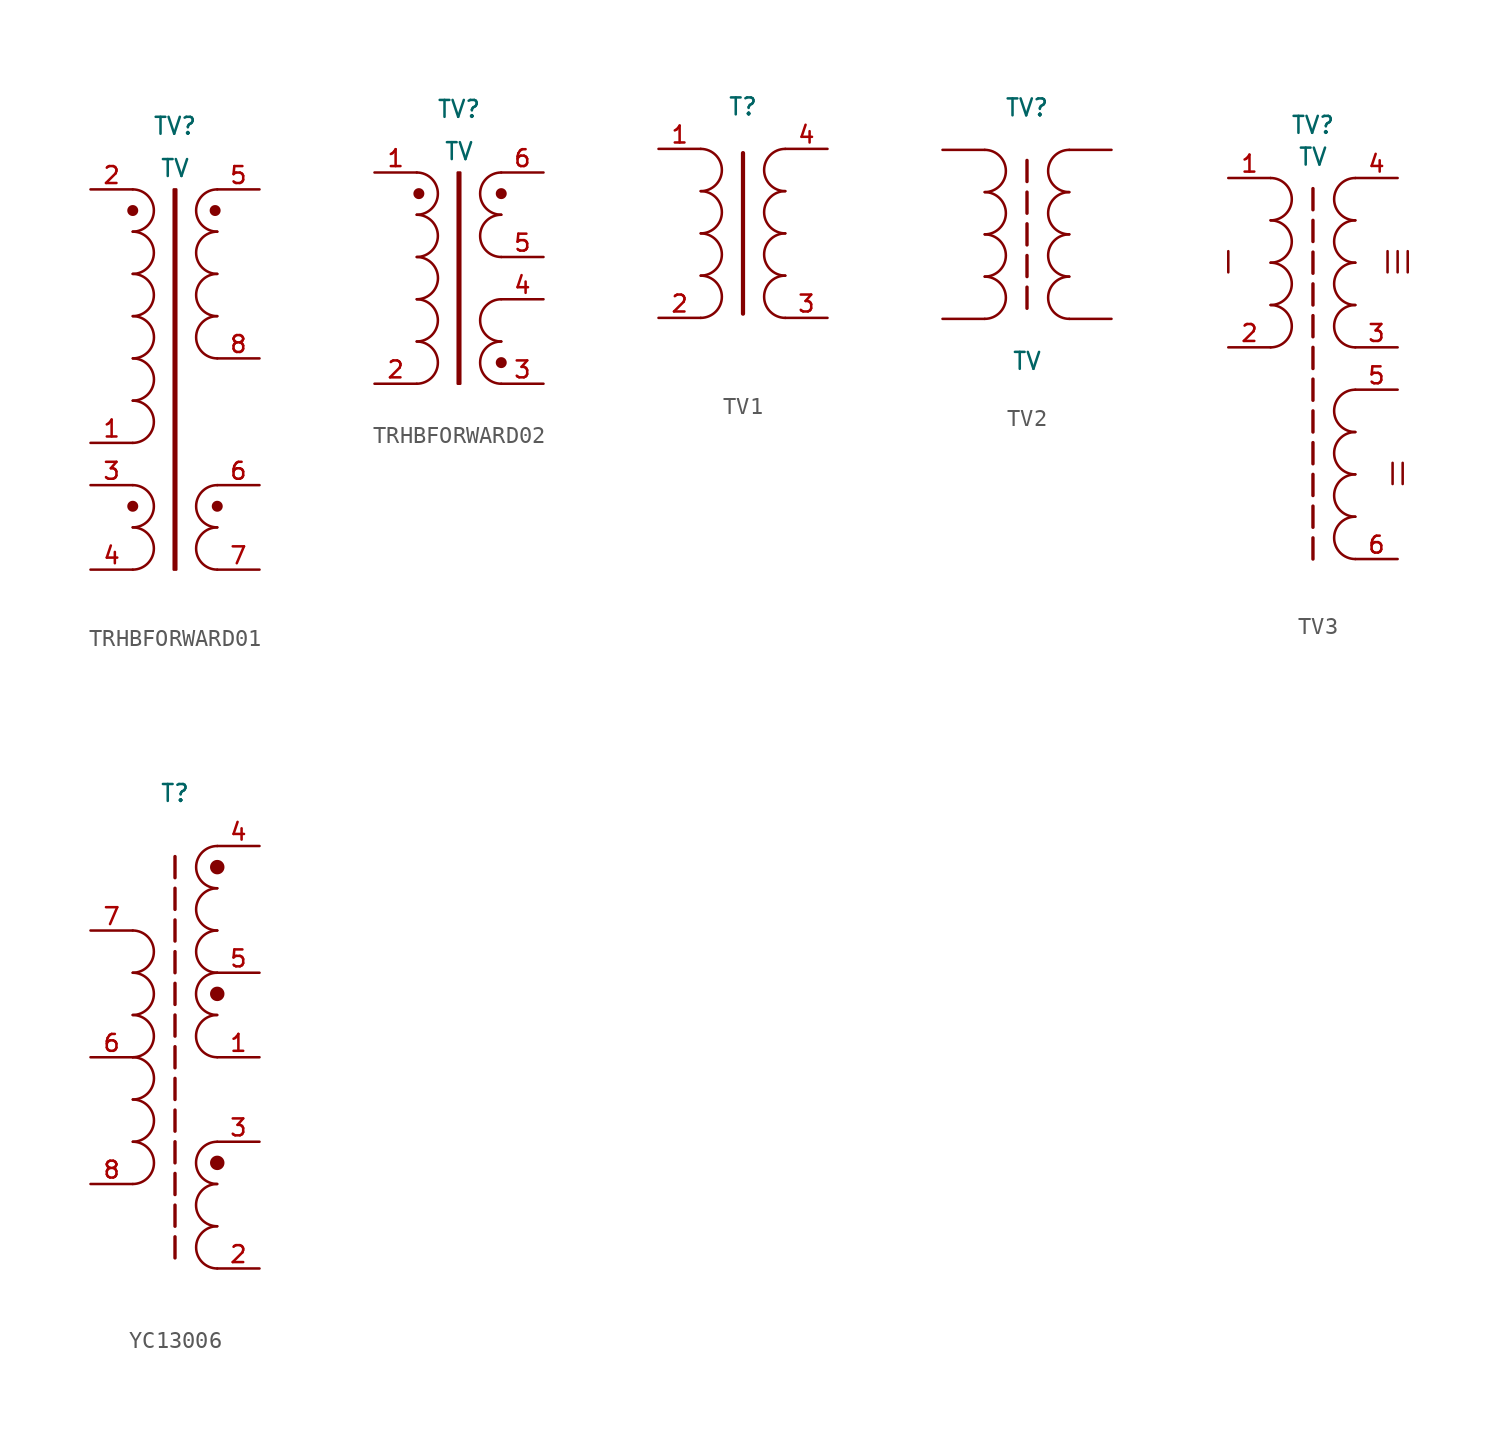
<source format=kicad_sym>
(kicad_symbol_lib
  (version 20231120)
  (generator "kicad_symbol_editor")
  (generator_version "8.0")
  (symbol "TRHBFORWARD01"
    (pin_names
      (offset 0) hide)
    (property "Reference" "TV"
      (at 0 8.89 0)
      (effects (font (size 1.016 1.016))))
    (property "Value" "TV"
      (at 0 6.35 0)
      (effects (font (size 1.016 1.016))))
    (property "Footprint" ""
      (at -2.54 0 90)
      (effects (font (size 1.778 1.778))))
    (property "Datasheet" ""
      (at -2.54 0 90)
      (effects (font (size 1.778 1.778))))
    (symbol "TRHBFORWARD01_0_1"
      (rectangle (start -0.076 5.08) (end 0.076 -17.78) (stroke (width 0) (type default)) (fill (type none))))
    (symbol "TRHBFORWARD01_1_1"
      (arc (start -2.54 -17.78) (mid -1.2755 -16.51) (end -2.54 -15.24) (stroke (width 0) (type default)) (fill (type none)))
      (arc (start -2.54 -15.24) (mid -1.2755 -13.97) (end -2.54 -12.7) (stroke (width 0) (type default)) (fill (type none)))
      (circle (center -2.54 -13.97) (radius 0.254) (stroke (width 0) (type default)) (fill (type outline)))
      (arc (start -2.54 -10.16) (mid -1.2755 -8.89) (end -2.54 -7.62) (stroke (width 0) (type default)) (fill (type none)))
      (arc (start -2.54 -2.54) (mid -1.2755 -1.27) (end -2.54 0) (stroke (width 0) (type default)) (fill (type none)))
      (arc (start -2.54 0) (mid -1.2755 1.27) (end -2.54 2.54) (stroke (width 0) (type default)) (fill (type none)))
      (arc (start -2.54 2.54) (mid -1.2755 3.81) (end -2.54 5.08) (stroke (width 0) (type default)) (fill (type none)))
      (circle (center -2.54 3.81) (radius 0.254) (stroke (width 0) (type default)) (fill (type outline)))
      (arc (start -2.5345 -7.62) (mid -1.27 -6.35) (end -2.5345 -5.08) (stroke (width 0) (type default)) (fill (type none)))
      (arc (start -2.5345 -5.08) (mid -1.27 -3.81) (end -2.5345 -2.54) (stroke (width 0) (type default)) (fill (type none)))
      (circle (center 2.413 3.81) (radius 0.254) (stroke (width 0) (type default)) (fill (type outline)))
      (arc (start 2.54 -15.24) (mid 1.2755 -16.51) (end 2.54 -17.78) (stroke (width 0) (type default)) (fill (type none)))
      (circle (center 2.54 -13.97) (radius 0.254) (stroke (width 0) (type default)) (fill (type outline)))
      (arc (start 2.54 -12.7) (mid 1.2755 -13.97) (end 2.54 -15.24) (stroke (width 0) (type default)) (fill (type none)))
      (arc (start 2.54 -2.54) (mid 1.2755 -3.81) (end 2.54 -5.08) (stroke (width 0) (type default)) (fill (type none)))
      (arc (start 2.54 0) (mid 1.2755 -1.27) (end 2.54 -2.54) (stroke (width 0) (type default)) (fill (type none)))
      (arc (start 2.54 2.54) (mid 1.2755 1.27) (end 2.54 0) (stroke (width 0) (type default)) (fill (type none)))
      (arc (start 2.54 5.08) (mid 1.2755 3.81) (end 2.54 2.54) (stroke (width 0) (type default)) (fill (type none)))
      (pin passive line (at -5.08 -10.16 0) (length 2.54) (name "~" (effects (font (size 1.016 1.016)))) (number "1" (effects (font (size 1.016 1.016)))))
      (pin passive line (at -5.08 5.08 0) (length 2.54) (name "~" (effects (font (size 1.016 1.016)))) (number "2" (effects (font (size 1.016 1.016)))))
      (pin passive line (at -5.08 -12.7 0) (length 2.54) (name "~" (effects (font (size 1.016 1.016)))) (number "3" (effects (font (size 1.016 1.016)))))
      (pin passive line (at -5.08 -17.78 0) (length 2.54) (name "~" (effects (font (size 1.016 1.016)))) (number "4" (effects (font (size 1.016 1.016)))))
      (pin passive line (at 5.08 5.08 180) (length 2.54) (name "~" (effects (font (size 1.016 1.016)))) (number "5" (effects (font (size 1.016 1.016)))))
      (pin passive line (at 5.08 -12.7 180) (length 2.54) (name "~" (effects (font (size 1.016 1.016)))) (number "6" (effects (font (size 1.016 1.016)))))
      (pin passive line (at 5.08 -17.78 180) (length 2.54) (name "~" (effects (font (size 1.016 1.016)))) (number "7" (effects (font (size 1.016 1.016)))))
      (pin passive line (at 5.08 -5.08 180) (length 2.54) (name "~" (effects (font (size 1.016 1.016)))) (number "8" (effects (font (size 1.016 1.016)))))))
  (symbol "TRHBFORWARD02"
    (pin_names
      (offset 0) hide)
    (property "Reference" "TV"
      (at 0 8.89 0)
      (effects (font (size 1.016 1.016))))
    (property "Value" "TV"
      (at 0 6.35 0)
      (effects (font (size 1.016 1.016))))
    (property "Footprint" ""
      (at -2.54 -2.54 90)
      (effects (font (size 1.778 1.778))))
    (property "Datasheet" ""
      (at -2.54 -2.54 90)
      (effects (font (size 1.778 1.778))))
    (symbol "TRHBFORWARD02_0_1"
      (rectangle (start -0.076 5.08) (end 0.076 -7.62) (stroke (width 0) (type default)) (fill (type none))))
    (symbol "TRHBFORWARD02_1_1"
      (arc (start -2.54 -7.62) (mid -1.2755 -6.35) (end -2.54 -5.08) (stroke (width 0) (type default)) (fill (type none)))
      (arc (start -2.54 -5.08) (mid -1.2755 -3.81) (end -2.54 -2.54) (stroke (width 0) (type default)) (fill (type none)))
      (arc (start -2.54 0) (mid -1.2755 1.27) (end -2.54 2.54) (stroke (width 0) (type default)) (fill (type none)))
      (arc (start -2.54 2.54) (mid -1.2755 3.81) (end -2.54 5.08) (stroke (width 0) (type default)) (fill (type none)))
      (arc (start -2.5345 -2.54) (mid -1.27 -1.27) (end -2.5345 0) (stroke (width 0) (type default)) (fill (type none)))
      (circle (center -2.413 3.81) (radius 0.254) (stroke (width 0) (type default)) (fill (type outline)))
      (circle (center 2.54 -6.35) (radius 0.254) (stroke (width 0) (type default)) (fill (type outline)))
      (arc (start 2.54 -5.08) (mid 1.2755 -6.35) (end 2.54 -7.62) (stroke (width 0) (type default)) (fill (type none)))
      (arc (start 2.54 -2.54) (mid 1.2755 -3.81) (end 2.54 -5.08) (stroke (width 0) (type default)) (fill (type none)))
      (arc (start 2.54 2.54) (mid 1.2755 1.27) (end 2.54 0) (stroke (width 0) (type default)) (fill (type none)))
      (circle (center 2.54 3.81) (radius 0.254) (stroke (width 0) (type default)) (fill (type outline)))
      (arc (start 2.54 5.08) (mid 1.2755 3.81) (end 2.54 2.54) (stroke (width 0) (type default)) (fill (type none)))
      (pin passive line (at -5.08 5.08 0) (length 2.54) (name "~" (effects (font (size 1.016 1.016)))) (number "1" (effects (font (size 1.016 1.016)))))
      (pin passive line (at -5.08 -7.62 0) (length 2.54) (name "~" (effects (font (size 1.016 1.016)))) (number "2" (effects (font (size 1.016 1.016)))))
      (pin passive line (at 5.08 -7.62 180) (length 2.54) (name "~" (effects (font (size 1.016 1.016)))) (number "3" (effects (font (size 1.016 1.016)))))
      (pin passive line (at 5.08 -2.54 180) (length 2.54) (name "~" (effects (font (size 1.016 1.016)))) (number "4" (effects (font (size 1.016 1.016)))))
      (pin passive line (at 5.08 0 180) (length 2.54) (name "~" (effects (font (size 1.016 1.016)))) (number "5" (effects (font (size 1.016 1.016)))))
      (pin passive line (at 5.08 5.08 180) (length 2.54) (name "~" (effects (font (size 1.016 1.016)))) (number "6" (effects (font (size 1.016 1.016)))))))
  (symbol "TV1"
    (pin_names
      (offset 0))
    (property "Reference" "T"
      (at 0 7.62 0)
      (effects (font (size 1.016 1.016))))
    (property "Value" ""
      (at 0 -7.62 0)
      (effects (font (size 1.016 1.016))))
    (property "Footprint" ""
      (at -2.54 0 90)
      (effects (font (size 1.778 1.778))))
    (property "Datasheet" ""
      (at -2.54 0 90)
      (effects (font (size 1.778 1.778))))
    (symbol "TV1_1_1"
      (arc (start -2.54 -5.08) (mid -1.2755 -3.81) (end -2.54 -2.54) (stroke (width 0) (type default)) (fill (type none)))
      (arc (start -2.54 -2.54) (mid -1.2755 -1.27) (end -2.54 0) (stroke (width 0) (type default)) (fill (type none)))
      (arc (start -2.54 0) (mid -1.2755 1.27) (end -2.54 2.54) (stroke (width 0) (type default)) (fill (type none)))
      (arc (start -2.54 2.54) (mid -1.2755 3.81) (end -2.54 5.08) (stroke (width 0) (type default)) (fill (type none)))
      (polyline (pts (xy 0 -4.826) (xy 0 4.826)) (stroke (width 0.254) (type default)) (fill (type none)))
      (arc (start 2.54 -2.54) (mid 1.2755 -3.81) (end 2.54 -5.08) (stroke (width 0) (type default)) (fill (type none)))
      (arc (start 2.54 0) (mid 1.2755 -1.27) (end 2.54 -2.54) (stroke (width 0) (type default)) (fill (type none)))
      (arc (start 2.54 2.54) (mid 1.2755 1.27) (end 2.54 0) (stroke (width 0) (type default)) (fill (type none)))
      (arc (start 2.54 5.08) (mid 1.2755 3.81) (end 2.54 2.54) (stroke (width 0) (type default)) (fill (type none)))
      (pin passive line (at -5.08 5.08 0) (length 2.54) (name "~" (effects (font (size 1.016 1.016)))) (number "1" (effects (font (size 1.016 1.016)))))
      (pin passive line (at -5.08 -5.08 0) (length 2.54) (name "~" (effects (font (size 1.016 1.016)))) (number "2" (effects (font (size 1.016 1.016)))))
      (pin passive line (at 5.08 -5.08 180) (length 2.54) (name "~" (effects (font (size 1.016 1.016)))) (number "3" (effects (font (size 1.016 1.016)))))
      (pin passive line (at 5.08 5.08 180) (length 2.54) (name "~" (effects (font (size 1.016 1.016)))) (number "4" (effects (font (size 1.016 1.016)))))))
  (symbol "TV2"
    (pin_numbers hide)
    (pin_names
      (offset 0) hide)
    (property "Reference" "TV"
      (at 0 7.62 0)
      (effects (font (size 1.016 1.016))))
    (property "Value" "TV"
      (at 0 -7.62 0)
      (effects (font (size 1.016 1.016))))
    (property "Footprint" ""
      (at -2.54 0 90)
      (effects (font (size 1.778 1.778))))
    (property "Datasheet" ""
      (at -2.54 0 90)
      (effects (font (size 1.778 1.778))))
    (symbol "TV2_1_1"
      (arc (start -2.54 -5.08) (mid -1.2755 -3.81) (end -2.54 -2.54) (stroke (width 0) (type default)) (fill (type none)))
      (arc (start -2.54 -2.54) (mid -1.2755 -1.27) (end -2.54 0) (stroke (width 0) (type default)) (fill (type none)))
      (arc (start -2.54 0) (mid -1.2755 1.27) (end -2.54 2.54) (stroke (width 0) (type default)) (fill (type none)))
      (arc (start -2.54 2.54) (mid -1.2755 3.81) (end -2.54 5.08) (stroke (width 0) (type default)) (fill (type none)))
      (polyline (pts (xy 0 -3.175) (xy 0 -4.445)) (stroke (width 0.203) (type default)) (fill (type none)))
      (polyline (pts (xy 0 -1.27) (xy 0 -2.54)) (stroke (width 0.203) (type default)) (fill (type none)))
      (polyline (pts (xy 0 0.635) (xy 0 -0.635)) (stroke (width 0.203) (type default)) (fill (type none)))
      (polyline (pts (xy 0 2.54) (xy 0 1.27)) (stroke (width 0.203) (type default)) (fill (type none)))
      (polyline (pts (xy 0 4.445) (xy 0 3.175)) (stroke (width 0.203) (type default)) (fill (type none)))
      (arc (start 2.54 -2.54) (mid 1.2755 -3.81) (end 2.54 -5.08) (stroke (width 0) (type default)) (fill (type none)))
      (arc (start 2.54 0) (mid 1.2755 -1.27) (end 2.54 -2.54) (stroke (width 0) (type default)) (fill (type none)))
      (arc (start 2.54 2.54) (mid 1.2755 1.27) (end 2.54 0) (stroke (width 0) (type default)) (fill (type none)))
      (arc (start 2.54 5.08) (mid 1.2755 3.81) (end 2.54 2.54) (stroke (width 0) (type default)) (fill (type none)))
      (pin passive line (at -5.08 5.08 0) (length 2.54) (name "~" (effects (font (size 1.016 1.016)))) (number "1" (effects (font (size 1.016 1.016)))))
      (pin passive line (at -5.08 -5.08 0) (length 2.54) (name "~" (effects (font (size 1.016 1.016)))) (number "2" (effects (font (size 1.016 1.016)))))
      (pin passive line (at 5.08 -5.08 180) (length 2.54) (name "~" (effects (font (size 1.016 1.016)))) (number "3" (effects (font (size 1.016 1.016)))))
      (pin passive line (at 5.08 5.08 180) (length 2.54) (name "~" (effects (font (size 1.016 1.016)))) (number "4" (effects (font (size 1.016 1.016)))))))
  (symbol "TV3"
    (pin_names
      (offset 0))
    (property "Reference" "TV"
      (at 0 8.255 0)
      (effects (font (size 1.016 1.016))))
    (property "Value" "TV"
      (at 0 6.35 0)
      (effects (font (size 1.016 1.016))))
    (property "Footprint" ""
      (at -2.54 0 90)
      (effects (font (size 1.778 1.778))))
    (property "Datasheet" ""
      (at -2.54 0 90)
      (effects (font (size 1.778 1.778))))
    (symbol "TV3_1_1"
      (arc (start -2.54 -5.08) (mid -1.2755 -3.81) (end -2.54 -2.54) (stroke (width 0) (type default)) (fill (type none)))
      (arc (start -2.54 -2.54) (mid -1.2755 -1.27) (end -2.54 0) (stroke (width 0) (type default)) (fill (type none)))
      (arc (start -2.54 0) (mid -1.2755 1.27) (end -2.54 2.54) (stroke (width 0) (type default)) (fill (type none)))
      (arc (start -2.54 2.54) (mid -1.2755 3.81) (end -2.54 5.08) (stroke (width 0) (type default)) (fill (type none)))
      (polyline (pts (xy 0 -16.51) (xy 0 -17.78)) (stroke (width 0.203) (type default)) (fill (type none)))
      (polyline (pts (xy 0 -14.605) (xy 0 -15.875)) (stroke (width 0.203) (type default)) (fill (type none)))
      (polyline (pts (xy 0 -12.7) (xy 0 -13.97)) (stroke (width 0.203) (type default)) (fill (type none)))
      (polyline (pts (xy 0 -10.795) (xy 0 -12.065)) (stroke (width 0.203) (type default)) (fill (type none)))
      (polyline (pts (xy 0 -8.89) (xy 0 -10.16)) (stroke (width 0.203) (type default)) (fill (type none)))
      (polyline (pts (xy 0 -6.985) (xy 0 -8.255)) (stroke (width 0.203) (type default)) (fill (type none)))
      (polyline (pts (xy 0 -5.08) (xy 0 -6.35)) (stroke (width 0.203) (type default)) (fill (type none)))
      (polyline (pts (xy 0 -3.175) (xy 0 -4.445)) (stroke (width 0.203) (type default)) (fill (type none)))
      (polyline (pts (xy 0 -1.27) (xy 0 -2.54)) (stroke (width 0.203) (type default)) (fill (type none)))
      (polyline (pts (xy 0 0.635) (xy 0 -0.635)) (stroke (width 0.203) (type default)) (fill (type none)))
      (polyline (pts (xy 0 2.54) (xy 0 1.27)) (stroke (width 0.203) (type default)) (fill (type none)))
      (polyline (pts (xy 0 4.445) (xy 0 3.175)) (stroke (width 0.203) (type default)) (fill (type none)))
      (arc (start 2.54 -15.24) (mid 1.2755 -16.51) (end 2.54 -17.78) (stroke (width 0) (type default)) (fill (type none)))
      (arc (start 2.54 -12.7) (mid 1.2755 -13.97) (end 2.54 -15.24) (stroke (width 0) (type default)) (fill (type none)))
      (arc (start 2.54 -10.16) (mid 1.2755 -11.43) (end 2.54 -12.7) (stroke (width 0) (type default)) (fill (type none)))
      (arc (start 2.54 -7.62) (mid 1.2755 -8.89) (end 2.54 -10.16) (stroke (width 0) (type default)) (fill (type none)))
      (arc (start 2.54 -2.54) (mid 1.2755 -3.81) (end 2.54 -5.08) (stroke (width 0) (type default)) (fill (type none)))
      (arc (start 2.54 0) (mid 1.2755 -1.27) (end 2.54 -2.54) (stroke (width 0) (type default)) (fill (type none)))
      (arc (start 2.54 2.54) (mid 1.2755 1.27) (end 2.54 0) (stroke (width 0) (type default)) (fill (type none)))
      (arc (start 2.54 5.08) (mid 1.2755 3.81) (end 2.54 2.54) (stroke (width 0) (type default)) (fill (type none)))
      (text "I" (at -5.08 0 0) (effects (font (size 1.27 1.27))))
      (text "II" (at 5.08 -12.7 0) (effects (font (size 1.27 1.27))))
      (text "III" (at 5.08 0 0) (effects (font (size 1.27 1.27))))
      (pin passive line (at -5.08 5.08 0) (length 2.54) (name "~" (effects (font (size 1.016 1.016)))) (number "1" (effects (font (size 1.016 1.016)))))
      (pin passive line (at -5.08 -5.08 0) (length 2.54) (name "~" (effects (font (size 1.016 1.016)))) (number "2" (effects (font (size 1.016 1.016)))))
      (pin passive line (at 5.08 -5.08 180) (length 2.54) (name "~" (effects (font (size 1.016 1.016)))) (number "3" (effects (font (size 1.016 1.016)))))
      (pin passive line (at 5.08 5.08 180) (length 2.54) (name "~" (effects (font (size 1.016 1.016)))) (number "4" (effects (font (size 1.016 1.016)))))
      (pin passive line (at 5.08 -7.62 180) (length 2.54) (name "~" (effects (font (size 1.016 1.016)))) (number "5" (effects (font (size 1.016 1.016)))))
      (pin passive line (at 5.08 -17.78 180) (length 2.54) (name "~" (effects (font (size 1.016 1.016)))) (number "6" (effects (font (size 1.016 1.016)))))))
  (symbol "YC13006"
    (pin_names
      (offset 0))
    (property "Reference" "T"
      (at 0 15.875 0)
      (effects (font (size 1.016 1.016))))
    (symbol "YC13006_1_1"
      (arc (start -2.54 0) (mid -1.2755 1.27) (end -2.54 2.54) (stroke (width 0) (type default)) (fill (type none)))
      (arc (start -2.54 2.54) (mid -1.2755 3.81) (end -2.54 5.08) (stroke (width 0) (type default)) (fill (type none)))
      (arc (start -2.54 5.08) (mid -1.2755 6.35) (end -2.54 7.62) (stroke (width 0) (type default)) (fill (type none)))
      (arc (start -2.5345 -7.62) (mid -1.27 -6.35) (end -2.5345 -5.08) (stroke (width 0) (type default)) (fill (type none)))
      (arc (start -2.5345 -5.08) (mid -1.27 -3.81) (end -2.5345 -2.54) (stroke (width 0) (type default)) (fill (type none)))
      (arc (start -2.5345 -2.54) (mid -1.27 -1.27) (end -2.5345 0) (stroke (width 0) (type default)) (fill (type none)))
      (polyline (pts (xy 0 -10.795) (xy 0 -12.065)) (stroke (width 0.203) (type default)) (fill (type none)))
      (polyline (pts (xy 0 -8.89) (xy 0 -10.16)) (stroke (width 0.203) (type default)) (fill (type none)))
      (polyline (pts (xy 0 -6.985) (xy 0 -8.255)) (stroke (width 0.203) (type default)) (fill (type none)))
      (polyline (pts (xy 0 -5.08) (xy 0 -6.35)) (stroke (width 0.203) (type default)) (fill (type none)))
      (polyline (pts (xy 0 -3.175) (xy 0 -4.445)) (stroke (width 0.203) (type default)) (fill (type none)))
      (polyline (pts (xy 0 -1.27) (xy 0 -2.54)) (stroke (width 0.203) (type default)) (fill (type none)))
      (polyline (pts (xy 0 0.635) (xy 0 -0.635)) (stroke (width 0.203) (type default)) (fill (type none)))
      (polyline (pts (xy 0 2.54) (xy 0 1.27)) (stroke (width 0.203) (type default)) (fill (type none)))
      (polyline (pts (xy 0 4.445) (xy 0 3.175)) (stroke (width 0.203) (type default)) (fill (type none)))
      (polyline (pts (xy 0 6.35) (xy 0 5.08)) (stroke (width 0.203) (type default)) (fill (type none)))
      (polyline (pts (xy 0 8.255) (xy 0 6.985)) (stroke (width 0.203) (type default)) (fill (type none)))
      (polyline (pts (xy 0 10.16) (xy 0 8.89)) (stroke (width 0.203) (type default)) (fill (type none)))
      (polyline (pts (xy 0 12.065) (xy 0 10.795)) (stroke (width 0.203) (type default)) (fill (type none)))
      (arc (start 2.5345 -7.62) (mid 1.27 -8.89) (end 2.5345 -10.16) (stroke (width 0) (type default)) (fill (type none)))
      (arc (start 2.5345 -5.08) (mid 1.27 -6.35) (end 2.5345 -7.62) (stroke (width 0) (type default)) (fill (type none)))
      (arc (start 2.5345 2.54) (mid 1.27 1.27) (end 2.5345 0) (stroke (width 0) (type default)) (fill (type none)))
      (arc (start 2.5345 5.08) (mid 1.27 3.81) (end 2.5345 2.54) (stroke (width 0) (type default)) (fill (type none)))
      (arc (start 2.54 -10.16) (mid 1.2755 -11.43) (end 2.54 -12.7) (stroke (width 0) (type default)) (fill (type none)))
      (circle (center 2.54 -6.35) (radius 0.359) (stroke (width 0) (type default)) (fill (type outline)))
      (circle (center 2.54 3.81) (radius 0.359) (stroke (width 0) (type default)) (fill (type outline)))
      (arc (start 2.54 7.62) (mid 1.2755 6.35) (end 2.54 5.08) (stroke (width 0) (type default)) (fill (type none)))
      (arc (start 2.54 10.16) (mid 1.2755 8.89) (end 2.54 7.62) (stroke (width 0) (type default)) (fill (type none)))
      (circle (center 2.54 11.43) (radius 0.359) (stroke (width 0) (type default)) (fill (type outline)))
      (arc (start 2.54 12.7) (mid 1.2755 11.43) (end 2.54 10.16) (stroke (width 0) (type default)) (fill (type none)))
      (pin passive line (at 5.08 0 180) (length 2.54) (name "~" (effects (font (size 1.016 1.016)))) (number "1" (effects (font (size 1.016 1.016)))))
      (pin passive line (at 5.08 -12.7 180) (length 2.54) (name "~" (effects (font (size 1.016 1.016)))) (number "2" (effects (font (size 1.016 1.016)))))
      (pin passive line (at 5.08 -5.08 180) (length 2.54) (name "~" (effects (font (size 1.016 1.016)))) (number "3" (effects (font (size 1.016 1.016)))))
      (pin passive line (at 5.08 12.7 180) (length 2.54) (name "~" (effects (font (size 1.016 1.016)))) (number "4" (effects (font (size 1.016 1.016)))))
      (pin passive line (at 5.08 5.08 180) (length 2.54) (name "~" (effects (font (size 1.016 1.016)))) (number "5" (effects (font (size 1.016 1.016)))))
      (pin passive line (at -5.08 0 0) (length 2.54) (name "~" (effects (font (size 1.016 1.016)))) (number "6" (effects (font (size 1.016 1.016)))))
      (pin passive line (at -5.08 7.62 0) (length 2.54) (name "~" (effects (font (size 1.016 1.016)))) (number "7" (effects (font (size 1.016 1.016)))))
      (pin passive line (at -5.08 -7.62 0) (length 2.54) (name "~" (effects (font (size 1.016 1.016)))) (number "8" (effects (font (size 1.016 1.016))))))))
</source>
